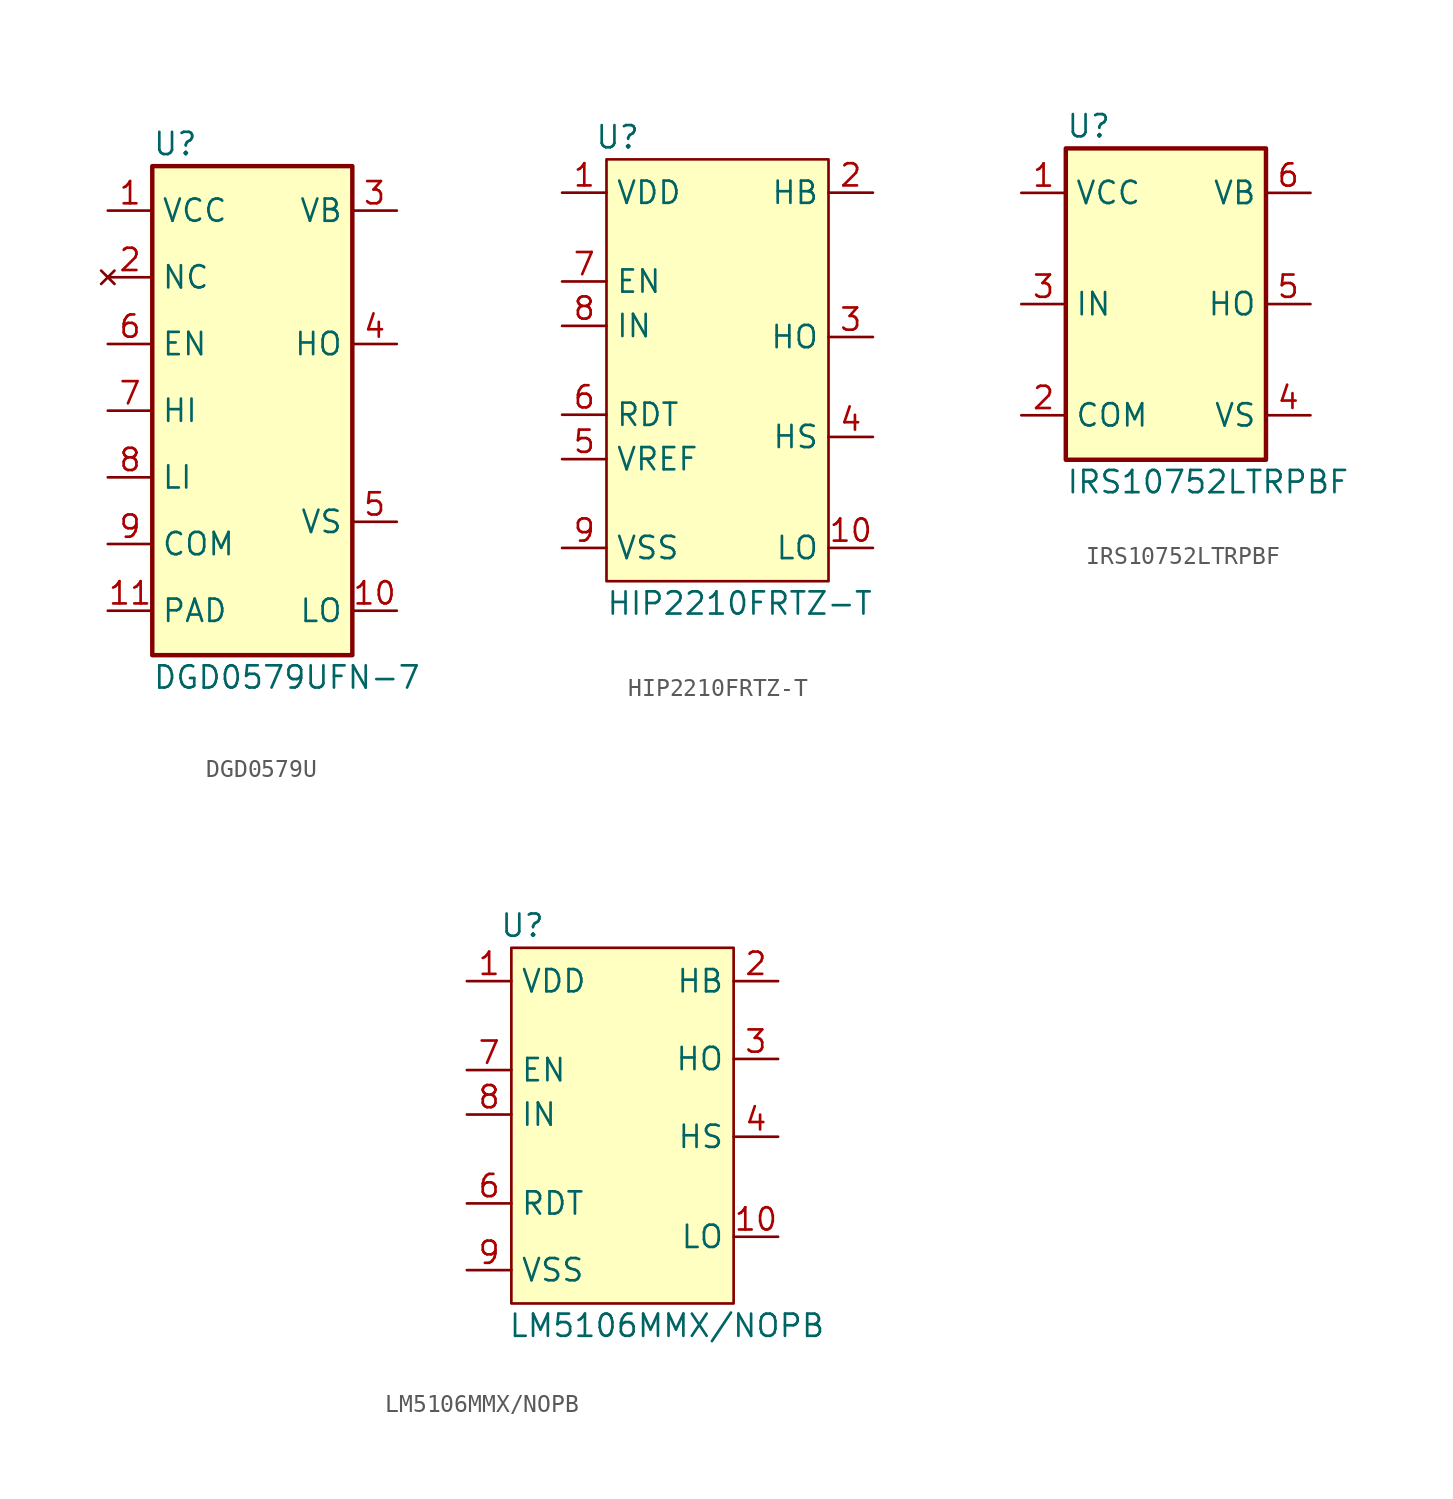
<source format=kicad_sym>
(kicad_symbol_lib
  (version 20220914)
  (generator kicad_symbol_editor)
  (symbol "DGD0579U"
    (property "Reference" "U"
      (at 0 1.27 0)
      (effects (font (size 1.27 1.27)) (justify left)))
    (property "Value" "DGD0579UFN-7"
      (at 0 -29.21 0)
      (effects (font (size 1.27 1.27)) (justify left)))
    (symbol "DGD0579U_0_1"
      (rectangle (start 0 0) (end 11.43 -27.94) (stroke (width 0.254) (type default)) (fill (type background))))
    (symbol "DGD0579U_1_1"
      (pin power_in line (at -2.54 -2.54 0) (length 2.54) (name "VCC" (effects (font (size 1.27 1.27)))) (number "1" (effects (font (size 1.27 1.27)))))
      (pin output line (at 13.97 -25.4 180) (length 2.54) (name "LO" (effects (font (size 1.27 1.27)))) (number "10" (effects (font (size 1.27 1.27)))))
      (pin output line (at -2.54 -25.4 0) (length 2.54) (name "PAD" (effects (font (size 1.27 1.27)))) (number "11" (effects (font (size 1.27 1.27)))))
      (pin no_connect line (at -2.54 -6.35 0) (length 2.54) (name "NC" (effects (font (size 1.27 1.27)))) (number "2" (effects (font (size 1.27 1.27)))))
      (pin power_in line (at 13.97 -2.54 180) (length 2.54) (name "VB" (effects (font (size 1.27 1.27)))) (number "3" (effects (font (size 1.27 1.27)))))
      (pin output line (at 13.97 -10.16 180) (length 2.54) (name "HO" (effects (font (size 1.27 1.27)))) (number "4" (effects (font (size 1.27 1.27)))))
      (pin passive line (at 13.97 -20.32 180) (length 2.54) (name "VS" (effects (font (size 1.27 1.27)))) (number "5" (effects (font (size 1.27 1.27)))))
      (pin input line (at -2.54 -10.16 0) (length 2.54) (name "EN" (effects (font (size 1.27 1.27)))) (number "6" (effects (font (size 1.27 1.27)))))
      (pin input line (at -2.54 -13.97 0) (length 2.54) (name "HI" (effects (font (size 1.27 1.27)))) (number "7" (effects (font (size 1.27 1.27)))))
      (pin input line (at -2.54 -17.78 0) (length 2.54) (name "LI" (effects (font (size 1.27 1.27)))) (number "8" (effects (font (size 1.27 1.27)))))
      (pin power_in line (at -2.54 -21.59 0) (length 2.54) (name "COM" (effects (font (size 1.27 1.27)))) (number "9" (effects (font (size 1.27 1.27)))))))
  (symbol "HIP2210FRTZ-T"
    (property "Reference" "U"
      (at 0.635 1.27 0)
      (effects (font (size 1.27 1.27))))
    (property "Value" "HIP2210FRTZ-T"
      (at 7.62 -25.4 0)
      (effects (font (size 1.27 1.27))))
    (symbol "HIP2210FRTZ-T_1_1"
      (rectangle (start 0 0) (end 12.7 -24.13) (stroke (width 0) (type default)) (fill (type background)))
      (pin power_in line (at -2.54 -1.905 0) (length 2.54) (name "VDD" (effects (font (size 1.27 1.27)))) (number "1" (effects (font (size 1.27 1.27)))))
      (pin output line (at 15.24 -22.225 180) (length 2.54) (name "LO" (effects (font (size 1.27 1.27)))) (number "10" (effects (font (size 1.27 1.27)))))
      (pin power_in line (at 15.24 -1.905 180) (length 2.54) (name "HB" (effects (font (size 1.27 1.27)))) (number "2" (effects (font (size 1.27 1.27)))))
      (pin output line (at 15.24 -10.16 180) (length 2.54) (name "HO" (effects (font (size 1.27 1.27)))) (number "3" (effects (font (size 1.27 1.27)))))
      (pin input line (at 15.24 -15.875 180) (length 2.54) (name "HS" (effects (font (size 1.27 1.27)))) (number "4" (effects (font (size 1.27 1.27)))))
      (pin passive line (at -2.54 -17.145 0) (length 2.54) (name "VREF" (effects (font (size 1.27 1.27)))) (number "5" (effects (font (size 1.27 1.27)))))
      (pin passive line (at -2.54 -14.605 0) (length 2.54) (name "RDT" (effects (font (size 1.27 1.27)))) (number "6" (effects (font (size 1.27 1.27)))))
      (pin input line (at -2.54 -6.985 0) (length 2.54) (name "EN" (effects (font (size 1.27 1.27)))) (number "7" (effects (font (size 1.27 1.27)))))
      (pin input line (at -2.54 -9.525 0) (length 2.54) (name "IN" (effects (font (size 1.27 1.27)))) (number "8" (effects (font (size 1.27 1.27)))))
      (pin power_in line (at -2.54 -22.225 0) (length 2.54) (name "VSS" (effects (font (size 1.27 1.27)))) (number "9" (effects (font (size 1.27 1.27)))))
      (pin power_in line (at -2.54 -22.225 0) (length 2.54) hide (name "VSS" (effects (font (size 1.27 1.27)))) (number "EP" (effects (font (size 1.27 1.27)))))))
  (symbol "IRS10752LTRPBF"
    (property "Reference" "U"
      (at 0 1.27 0)
      (effects (font (size 1.27 1.27)) (justify left)))
    (property "Value" "IRS10752LTRPBF"
      (at 0 -19.05 0)
      (effects (font (size 1.27 1.27)) (justify left)))
    (symbol "IRS10752LTRPBF_0_1"
      (rectangle (start 0 0) (end 11.43 -17.78) (stroke (width 0.254) (type default)) (fill (type background))))
    (symbol "IRS10752LTRPBF_1_1"
      (pin power_in line (at -2.54 -2.54 0) (length 2.54) (name "VCC" (effects (font (size 1.27 1.27)))) (number "1" (effects (font (size 1.27 1.27)))))
      (pin power_in line (at -2.54 -15.24 0) (length 2.54) (name "COM" (effects (font (size 1.27 1.27)))) (number "2" (effects (font (size 1.27 1.27)))))
      (pin input line (at -2.54 -8.89 0) (length 2.54) (name "IN" (effects (font (size 1.27 1.27)))) (number "3" (effects (font (size 1.27 1.27)))))
      (pin passive line (at 13.97 -15.24 180) (length 2.54) (name "VS" (effects (font (size 1.27 1.27)))) (number "4" (effects (font (size 1.27 1.27)))))
      (pin output line (at 13.97 -8.89 180) (length 2.54) (name "HO" (effects (font (size 1.27 1.27)))) (number "5" (effects (font (size 1.27 1.27)))))
      (pin power_in line (at 13.97 -2.54 180) (length 2.54) (name "VB" (effects (font (size 1.27 1.27)))) (number "6" (effects (font (size 1.27 1.27)))))))
  (symbol "LM5106MMX/NOPB"
    (property "Reference" "U"
      (at 0.635 1.27 0)
      (effects (font (size 1.27 1.27))))
    (property "Value" "LM5106MMX/NOPB"
      (at 8.89 -21.59 0)
      (effects (font (size 1.27 1.27))))
    (symbol "LM5106MMX/NOPB_1_1"
      (rectangle (start 0 0) (end 12.7 -20.32) (stroke (width 0) (type default)) (fill (type background)))
      (pin power_in line (at -2.54 -1.905 0) (length 2.54) (name "VDD" (effects (font (size 1.27 1.27)))) (number "1" (effects (font (size 1.27 1.27)))))
      (pin output line (at 15.24 -16.51 180) (length 2.54) (name "LO" (effects (font (size 1.27 1.27)))) (number "10" (effects (font (size 1.27 1.27)))))
      (pin power_in line (at 15.24 -1.905 180) (length 2.54) (name "HB" (effects (font (size 1.27 1.27)))) (number "2" (effects (font (size 1.27 1.27)))))
      (pin output line (at 15.24 -6.35 180) (length 2.54) (name "HO" (effects (font (size 1.27 1.27)))) (number "3" (effects (font (size 1.27 1.27)))))
      (pin input line (at 15.24 -10.795 180) (length 2.54) (name "HS" (effects (font (size 1.27 1.27)))) (number "4" (effects (font (size 1.27 1.27)))))
      (pin output line (at -20.955 -5.715 0) (length 2.54) hide (name "NC" (effects (font (size 1.27 1.27)))) (number "5" (effects (font (size 1.27 1.27)))))
      (pin passive line (at -2.54 -14.605 0) (length 2.54) (name "RDT" (effects (font (size 1.27 1.27)))) (number "6" (effects (font (size 1.27 1.27)))))
      (pin input line (at -2.54 -6.985 0) (length 2.54) (name "EN" (effects (font (size 1.27 1.27)))) (number "7" (effects (font (size 1.27 1.27)))))
      (pin input line (at -2.54 -9.525 0) (length 2.54) (name "IN" (effects (font (size 1.27 1.27)))) (number "8" (effects (font (size 1.27 1.27)))))
      (pin power_in line (at -2.54 -18.415 0) (length 2.54) (name "VSS" (effects (font (size 1.27 1.27)))) (number "9" (effects (font (size 1.27 1.27))))))))
</source>
